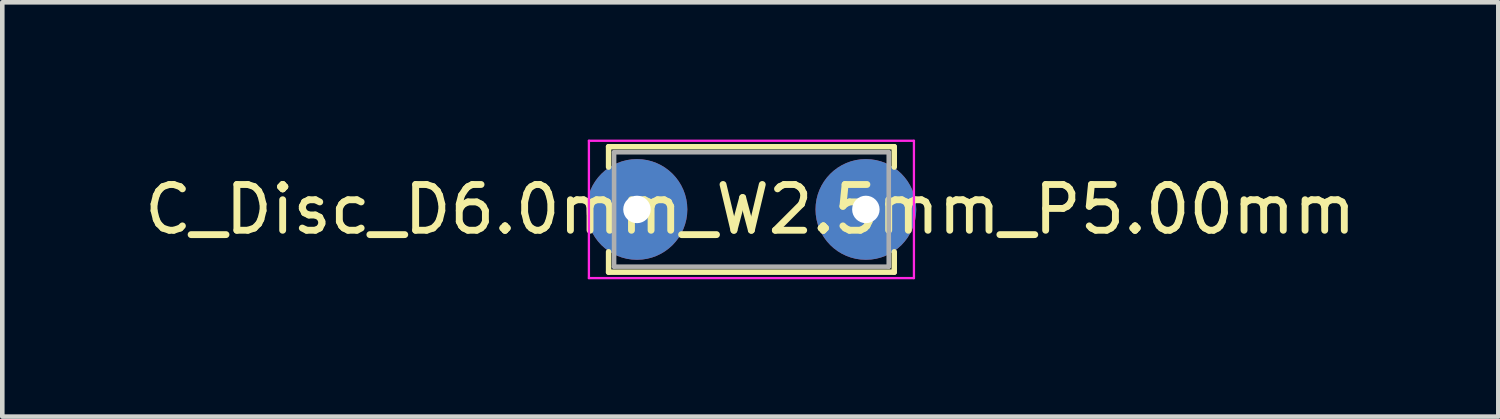
<source format=kicad_pcb>
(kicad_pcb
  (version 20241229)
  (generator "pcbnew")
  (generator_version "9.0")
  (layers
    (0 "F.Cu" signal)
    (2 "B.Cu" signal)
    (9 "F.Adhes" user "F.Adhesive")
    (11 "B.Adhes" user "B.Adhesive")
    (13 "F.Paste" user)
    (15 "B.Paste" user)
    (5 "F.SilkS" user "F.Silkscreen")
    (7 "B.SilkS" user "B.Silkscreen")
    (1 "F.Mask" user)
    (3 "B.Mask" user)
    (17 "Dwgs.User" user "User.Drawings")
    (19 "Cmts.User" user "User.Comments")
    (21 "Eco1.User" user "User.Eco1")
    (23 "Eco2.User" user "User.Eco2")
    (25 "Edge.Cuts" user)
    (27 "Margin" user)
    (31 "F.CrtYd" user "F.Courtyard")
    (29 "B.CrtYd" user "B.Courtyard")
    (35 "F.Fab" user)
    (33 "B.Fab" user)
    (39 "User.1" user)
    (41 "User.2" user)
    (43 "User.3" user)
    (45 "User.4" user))
  (footprint "C_Disc_D6.0mm_W2.5mm_P5.00mm"
    (layer "F.Cu")
    (at 13.339 1.525)
    (property "Reference" "C_Disc_D6.0mm_W2.5mm_P5.00mm" (at 0 0 0) (unlocked yes) (layer "F.SilkS") (effects (font (size 1 1) (thickness 0.15))))
    (attr through_hole)
    (fp_line (start -3.095 -1.37) (end -3.095 -0.925) (stroke (width 0.12) (type solid)) (layer "F.SilkS"))
    (fp_line (start -3.095 -1.37) (end 3.145 -1.37) (stroke (width 0.12) (type solid)) (layer "F.SilkS"))
    (fp_line (start -3.095 0.925) (end -3.095 1.37) (stroke (width 0.12) (type solid)) (layer "F.SilkS"))
    (fp_line (start -3.095 1.37) (end 3.145 1.37) (stroke (width 0.12) (type solid)) (layer "F.SilkS"))
    (fp_line (start 3.145 -1.37) (end 3.145 -0.925) (stroke (width 0.12) (type solid)) (layer "F.SilkS"))
    (fp_line (start 3.145 0.925) (end 3.145 1.37) (stroke (width 0.12) (type solid)) (layer "F.SilkS"))
    (fp_line (start -3.525 -1.5) (end -3.525 1.5) (stroke (width 0.05) (type solid)) (layer "F.CrtYd"))
    (fp_line (start -3.525 1.5) (end 3.575 1.5) (stroke (width 0.05) (type solid)) (layer "F.CrtYd"))
    (fp_line (start 3.575 -1.5) (end -3.525 -1.5) (stroke (width 0.05) (type solid)) (layer "F.CrtYd"))
    (fp_line (start 3.575 1.5) (end 3.575 -1.5) (stroke (width 0.05) (type solid)) (layer "F.CrtYd"))
    (fp_line (start -2.975 -1.25) (end -2.975 1.25) (stroke (width 0.1) (type solid)) (layer "F.Fab"))
    (fp_line (start -2.975 1.25) (end 3.025 1.25) (stroke (width 0.1) (type solid)) (layer "F.Fab"))
    (fp_line (start 3.025 -1.25) (end -2.975 -1.25) (stroke (width 0.1) (type solid)) (layer "F.Fab"))
    (fp_line (start 3.025 1.25) (end 3.025 -1.25) (stroke (width 0.1) (type solid)) (layer "F.Fab"))
    (pad "1" thru_hole circle (at -2.475 0) (size 2.2 2.2) (drill 0.6) (layers "*.Cu" "*.Mask"))
    (pad "2" thru_hole circle (at 2.525 0) (size 2.2 2.2) (drill 0.6) (layers "*.Cu" "*.Mask")))
  (gr_rect
    (start -3 -3)
    (end 29.679 6.05)
    (stroke (width 0.1) (type default))
    (fill no)
    (layer "Edge.Cuts")))
</source>
